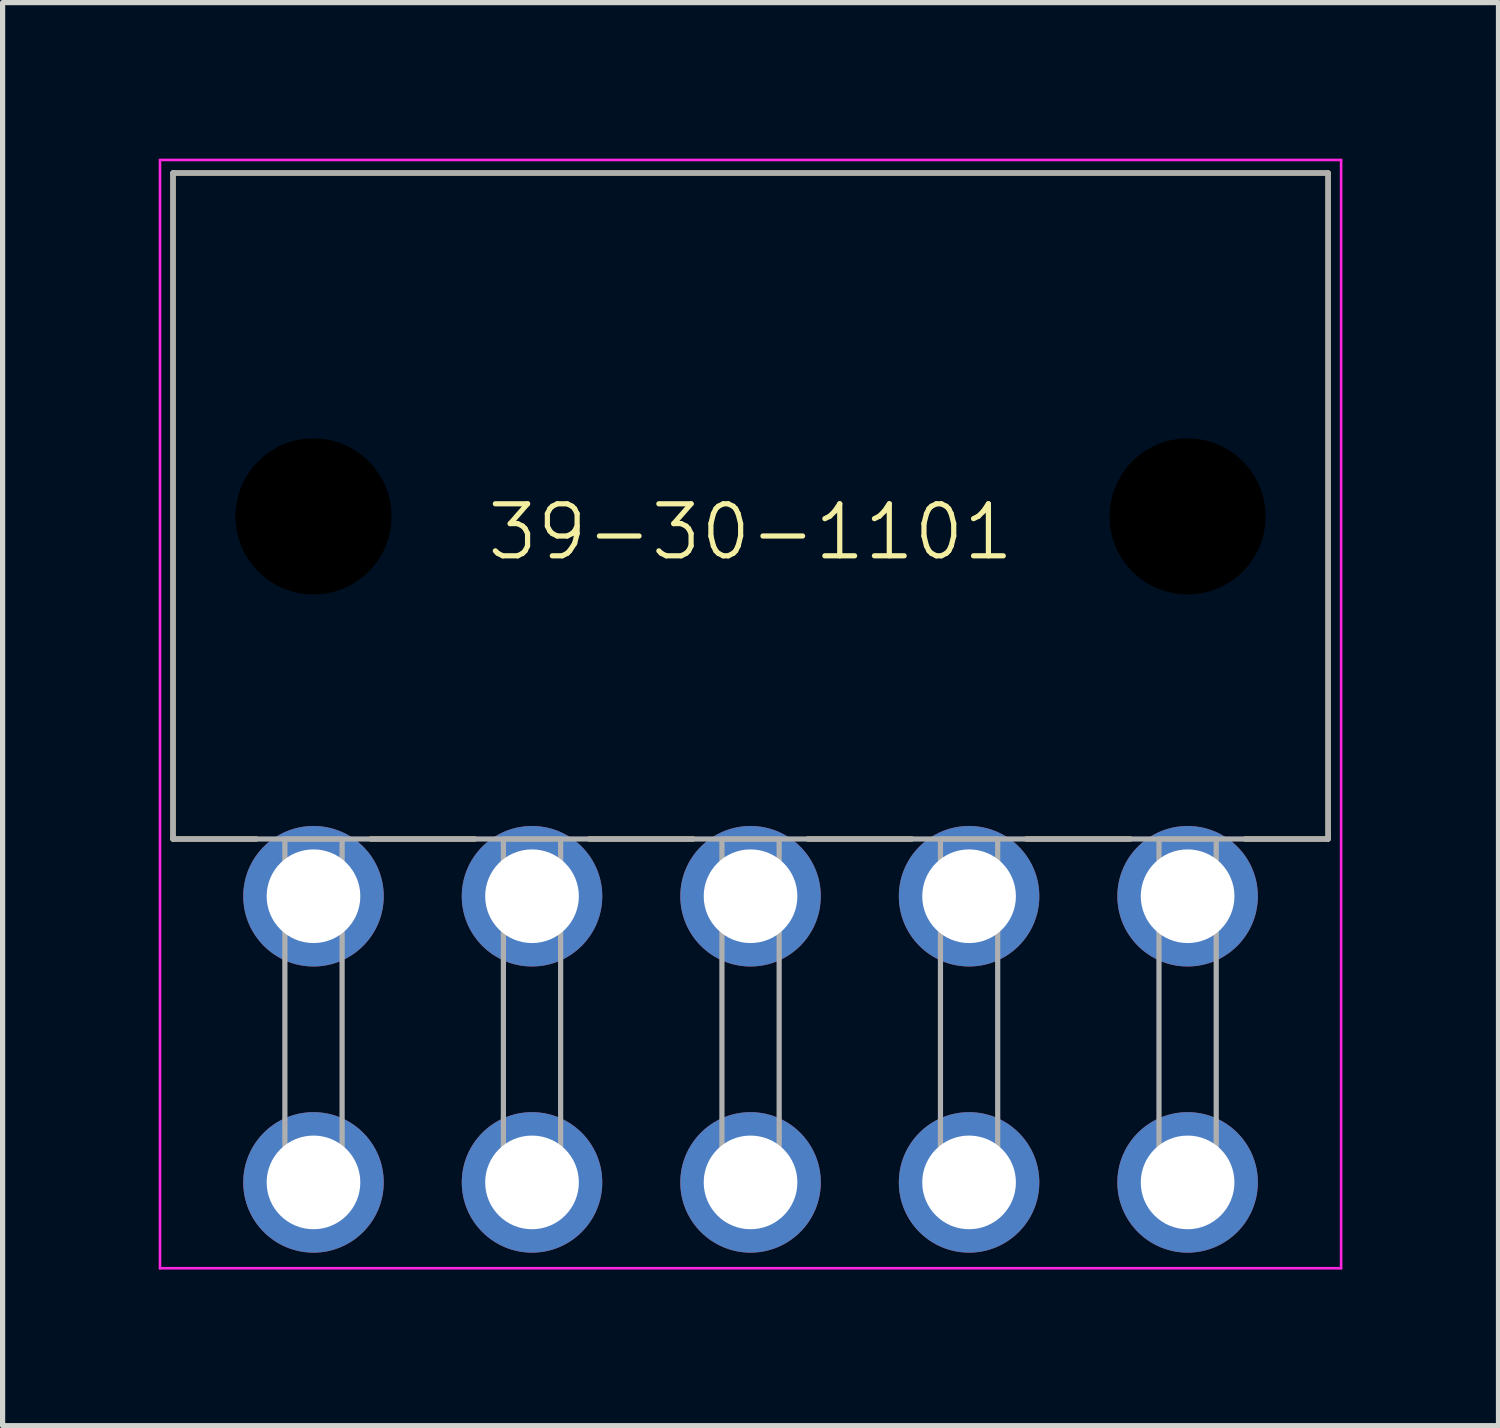
<source format=kicad_pcb>
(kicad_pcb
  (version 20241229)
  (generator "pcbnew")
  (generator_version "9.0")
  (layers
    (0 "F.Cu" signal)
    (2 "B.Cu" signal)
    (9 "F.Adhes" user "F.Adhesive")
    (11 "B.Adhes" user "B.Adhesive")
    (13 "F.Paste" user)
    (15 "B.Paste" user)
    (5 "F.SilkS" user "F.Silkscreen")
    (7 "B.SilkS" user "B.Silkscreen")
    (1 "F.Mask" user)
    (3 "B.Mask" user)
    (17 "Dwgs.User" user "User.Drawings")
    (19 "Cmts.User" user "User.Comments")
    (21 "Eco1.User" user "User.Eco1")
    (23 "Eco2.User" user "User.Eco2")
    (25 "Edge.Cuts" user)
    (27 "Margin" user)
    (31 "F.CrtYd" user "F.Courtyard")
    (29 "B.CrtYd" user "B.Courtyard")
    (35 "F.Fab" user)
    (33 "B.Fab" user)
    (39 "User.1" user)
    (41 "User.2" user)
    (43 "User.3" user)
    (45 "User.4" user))
  (footprint "39-30-1101"
    (layer "F.Cu")
    (at 11.375 14.175)
    (property "Reference" "39-30-1101" (at 0 -7 0) (unlocked yes) (layer "F.SilkS") (effects (font (size 1 1) (thickness 0.1))))
    (attr through_hole)
    (fp_line (start -11.1 -13.9) (end -11.1 -1.1) (stroke (width 0.1) (type solid)) (layer "F.SilkS"))
    (fp_line (start -11.1 -1.1) (end -9.5 -1.1) (stroke (width 0.1) (type solid)) (layer "F.SilkS"))
    (fp_line (start -7.3 -1.1) (end -5.3 -1.1) (stroke (width 0.1) (type solid)) (layer "F.SilkS"))
    (fp_line (start -3.1 -1.1) (end -1.1 -1.1) (stroke (width 0.1) (type solid)) (layer "F.SilkS"))
    (fp_line (start 1.1 -1.1) (end 3.1 -1.1) (stroke (width 0.1) (type solid)) (layer "F.SilkS"))
    (fp_line (start 5.3 -1.1) (end 7.3 -1.1) (stroke (width 0.1) (type solid)) (layer "F.SilkS"))
    (fp_line (start 9.5 -1.1) (end 11.1 -1.1) (stroke (width 0.1) (type solid)) (layer "F.SilkS"))
    (fp_line (start 11.1 -13.9) (end -11.1 -13.9) (stroke (width 0.1) (type solid)) (layer "F.SilkS"))
    (fp_line (start 11.1 -13.9) (end 11.1 -1.1) (stroke (width 0.1) (type solid)) (layer "F.SilkS"))
    (fp_line (start -11.35 -14.15) (end -11.35 7.15) (stroke (width 0.05) (type solid)) (layer "F.CrtYd"))
    (fp_line (start -11.35 -14.15) (end 11.35 -14.15) (stroke (width 0.05) (type solid)) (layer "F.CrtYd"))
    (fp_line (start -11.35 7.15) (end 11.35 7.15) (stroke (width 0.05) (type solid)) (layer "F.CrtYd"))
    (fp_line (start 11.35 -14.15) (end 11.35 7.15) (stroke (width 0.05) (type solid)) (layer "F.CrtYd"))
    (fp_line (start -11.1 -13.9) (end 11.1 -13.9) (stroke (width 0.1) (type solid)) (layer "F.Fab"))
    (fp_line (start -11.1 -1.1) (end -11.1 -13.9) (stroke (width 0.1) (type solid)) (layer "F.Fab"))
    (fp_line (start 11.1 -13.9) (end 11.1 -1.1) (stroke (width 0.1) (type solid)) (layer "F.Fab"))
    (fp_line (start 11.1 -1.1) (end -11.1 -1.1) (stroke (width 0.1) (type solid)) (layer "F.Fab"))
    (fp_rect (start -7.85 6) (end -8.95 -1.1) (stroke (width 0.1) (type solid)) (fill no) (layer "F.Fab"))
    (fp_rect (start -3.65 6) (end -4.75 -1.1) (stroke (width 0.1) (type solid)) (fill no) (layer "F.Fab"))
    (fp_rect (start 0.55 6) (end -0.55 -1.1) (stroke (width 0.1) (type solid)) (fill no) (layer "F.Fab"))
    (fp_rect (start 4.75 6) (end 3.65 -1.1) (stroke (width 0.1) (type solid)) (fill no) (layer "F.Fab"))
    (fp_rect (start 8.95 6) (end 7.85 -1.1) (stroke (width 0.1) (type solid)) (fill no) (layer "F.Fab"))
    (pad "" np_thru_hole circle (at -8.4 -7.3) (size 3 3) (drill 3) (layers "*.Mask"))
    (pad "" np_thru_hole circle (at 8.4 -7.3) (size 3 3) (drill 3) (layers "*.Mask"))
    (pad "1" thru_hole circle (at -8.4 0) (size 2.7 2.7) (drill 1.8) (layers "*.Cu" "*.Mask"))
    (pad "2" thru_hole circle (at -4.2 0) (size 2.7 2.7) (drill 1.8) (layers "*.Cu" "*.Mask"))
    (pad "3" thru_hole circle (at 0 0) (size 2.7 2.7) (drill 1.8) (layers "*.Cu" "*.Mask"))
    (pad "4" thru_hole circle (at 4.2 0) (size 2.7 2.7) (drill 1.8) (layers "*.Cu" "*.Mask"))
    (pad "5" thru_hole circle (at 8.4 0) (size 2.7 2.7) (drill 1.8) (layers "*.Cu" "*.Mask"))
    (pad "6" thru_hole circle (at -8.4 5.5) (size 2.7 2.7) (drill 1.8) (layers "*.Cu" "*.Mask"))
    (pad "7" thru_hole circle (at -4.2 5.5) (size 2.7 2.7) (drill 1.8) (layers "*.Cu" "*.Mask"))
    (pad "8" thru_hole circle (at 0 5.5) (size 2.7 2.7) (drill 1.8) (layers "*.Cu" "*.Mask"))
    (pad "9" thru_hole circle (at 4.2 5.5) (size 2.7 2.7) (drill 1.8) (layers "*.Cu" "*.Mask"))
    (pad "10" thru_hole circle (at 8.4 5.5) (size 2.7 2.7) (drill 1.8) (layers "*.Cu" "*.Mask")))
  (gr_rect
    (start -3 -3)
    (end 25.75 24.35)
    (stroke (width 0.1) (type default))
    (fill no)
    (layer "Edge.Cuts")))
</source>
